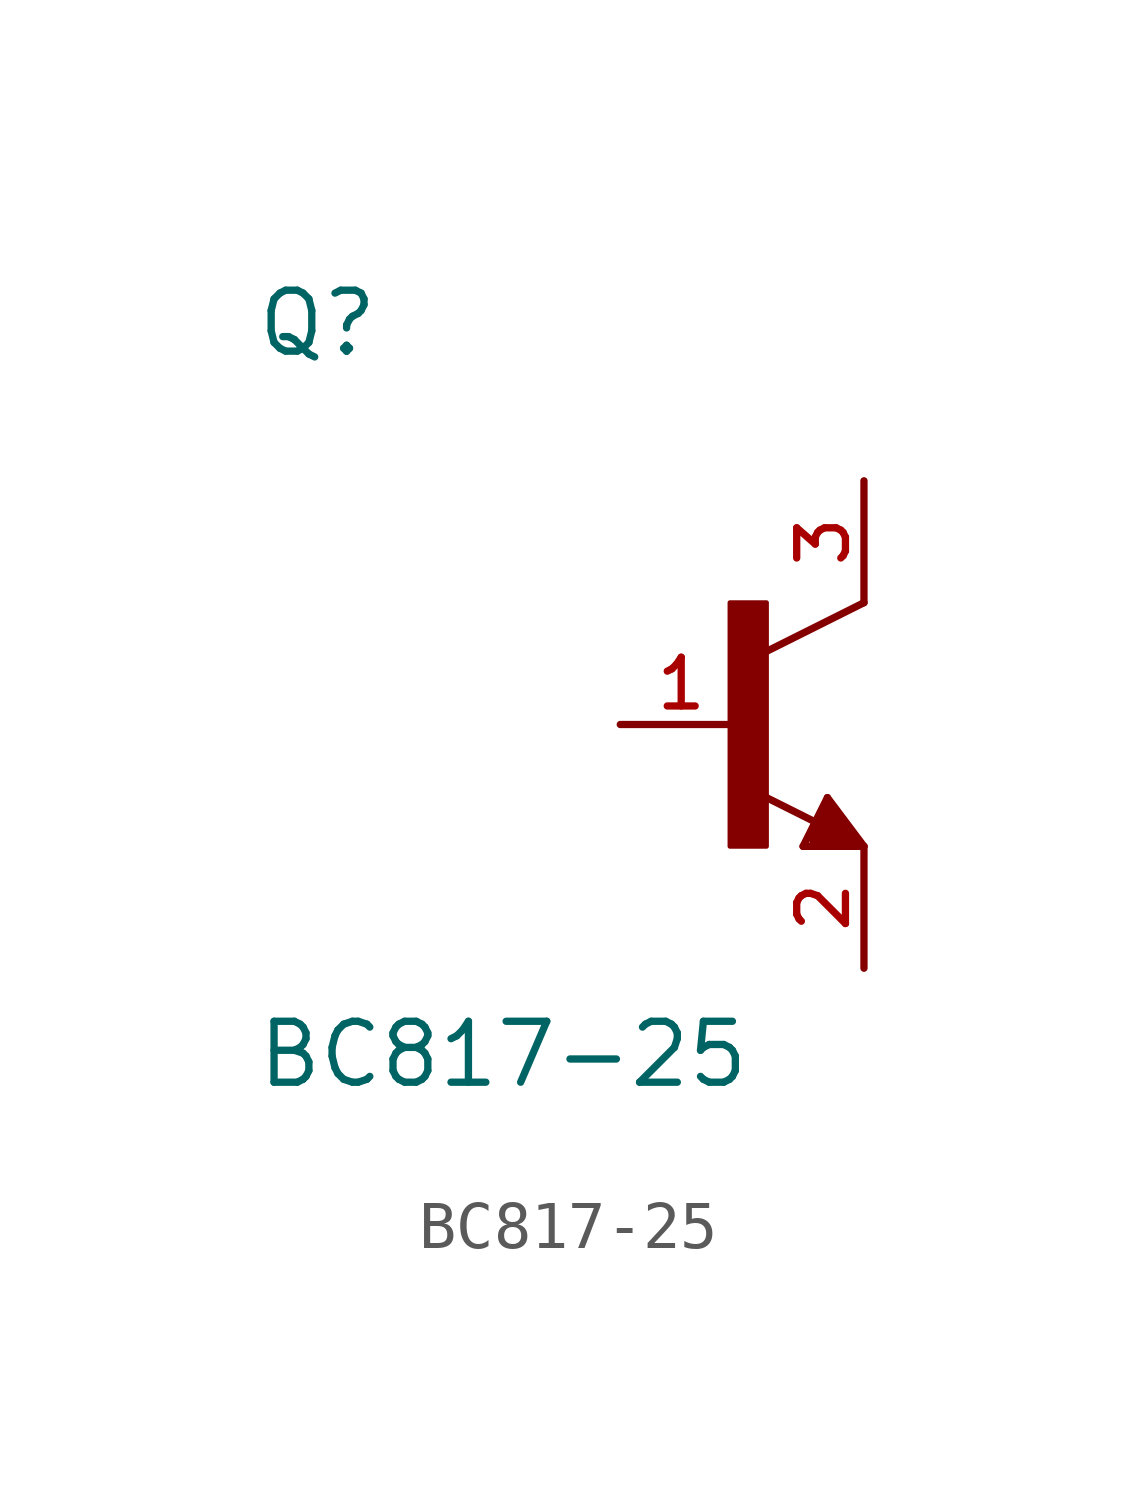
<source format=kicad_sym>
(kicad_symbol_lib
  (version 20211014)
  (generator kicad_symbol_editor)
  (symbol "BC817-25"
    (pin_names
      (offset 1.016))
    (property "Reference" "Q"
      (at -10.16 7.62 0)
      (effects (font (size 1.27 1.27)) (justify bottom left)))
    (property "Value" "BC817-25"
      (at -10.16 -7.62 0)
      (effects (font (size 1.27 1.27)) (justify bottom left)))
    (symbol "BC817-25_0_0"
      (polyline (pts (xy 2.54 2.54) (xy 0.508 1.524)) (stroke (width 0.152)))
      (polyline (pts (xy 1.778 -1.524) (xy 2.54 -2.54)) (stroke (width 0.152)))
      (polyline (pts (xy 2.54 -2.54) (xy 1.27 -2.54)) (stroke (width 0.152)))
      (polyline (pts (xy 1.27 -2.54) (xy 1.778 -1.524)) (stroke (width 0.152)))
      (polyline (pts (xy 1.54 -2.04) (xy 0.308 -1.424)) (stroke (width 0.152)))
      (polyline (pts (xy 1.524 -2.413) (xy 2.286 -2.413)) (stroke (width 0.254)))
      (polyline (pts (xy 2.286 -2.413) (xy 1.778 -1.778)) (stroke (width 0.254)))
      (polyline (pts (xy 1.778 -1.778) (xy 1.524 -2.286)) (stroke (width 0.254)))
      (polyline (pts (xy 1.524 -2.286) (xy 1.905 -2.286)) (stroke (width 0.254)))
      (polyline (pts (xy 1.905 -2.286) (xy 1.778 -2.032)) (stroke (width 0.254)))
      (rectangle (start -0.254 -2.54) (end 0.508 2.54) (stroke (width 0.1)) (fill (type outline)))
      (pin passive line (at -2.54 0.0 0) (length 2.54) (name "~" (effects (font (size 1.016 1.016)))) (number "1" (effects (font (size 1.016 1.016)))))
      (pin passive line (at 2.54 -5.08 90.0) (length 2.54) (name "~" (effects (font (size 1.016 1.016)))) (number "2" (effects (font (size 1.016 1.016)))))
      (pin passive line (at 2.54 5.08 270.0) (length 2.54) (name "~" (effects (font (size 1.016 1.016)))) (number "3" (effects (font (size 1.016 1.016))))))))
</source>
